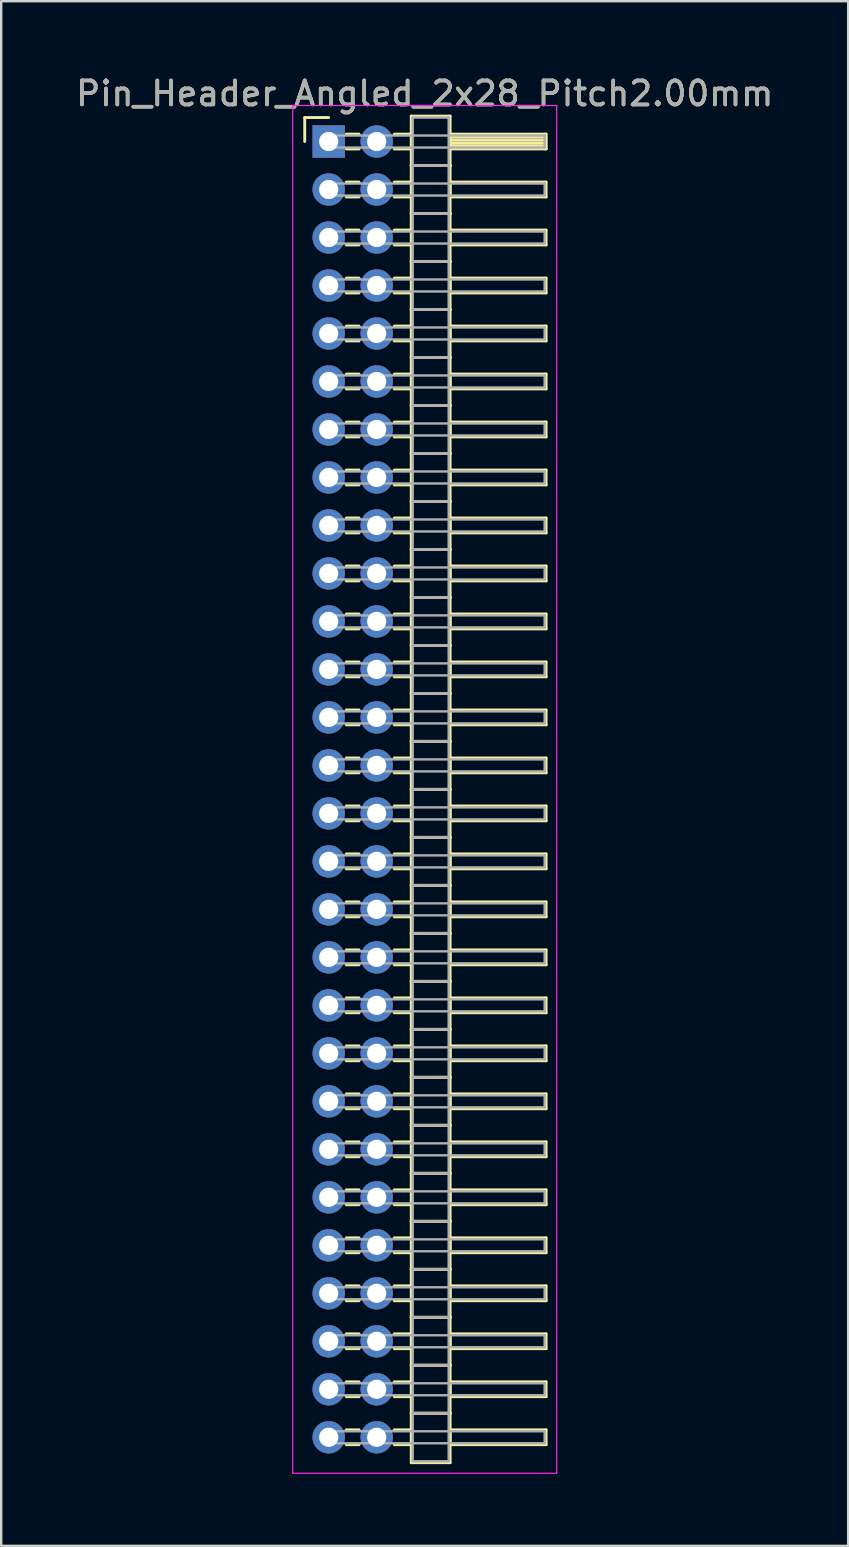
<source format=kicad_pcb>
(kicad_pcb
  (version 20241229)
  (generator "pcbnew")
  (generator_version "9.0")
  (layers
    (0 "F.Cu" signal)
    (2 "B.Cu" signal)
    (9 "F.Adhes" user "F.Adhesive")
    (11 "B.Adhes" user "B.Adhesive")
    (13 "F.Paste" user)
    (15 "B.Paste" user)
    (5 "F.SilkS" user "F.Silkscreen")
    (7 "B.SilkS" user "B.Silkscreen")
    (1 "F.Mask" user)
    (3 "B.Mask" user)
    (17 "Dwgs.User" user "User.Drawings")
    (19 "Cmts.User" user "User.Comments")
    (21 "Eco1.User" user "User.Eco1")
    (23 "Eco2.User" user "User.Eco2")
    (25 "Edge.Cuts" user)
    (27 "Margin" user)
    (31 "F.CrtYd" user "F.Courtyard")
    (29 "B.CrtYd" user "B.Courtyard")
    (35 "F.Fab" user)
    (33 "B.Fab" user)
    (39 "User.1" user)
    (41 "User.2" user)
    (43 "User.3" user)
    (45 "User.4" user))
  (footprint "Pin_Header_Angled_2x28_Pitch2.00mm"
    (layer "F.Cu")
    (at 10.649 2.848)
    (property "Reference" "Pin_Header_Angled_2x28_Pitch2.00mm" (at 4 -2 0) (layer "F.SilkS") (effects (font (size 1 1) (thickness 0.15))))
    (attr through_hole)
    (fp_line (start -1 -1) (end 0 -1) (stroke (width 0.12) (type solid)) (layer "F.SilkS"))
    (fp_line (start -1 0) (end -1 -1) (stroke (width 0.12) (type solid)) (layer "F.SilkS"))
    (fp_line (start 0.735 -0.31) (end 1.265 -0.31) (stroke (width 0.12) (type solid)) (layer "F.SilkS"))
    (fp_line (start 0.735 0.31) (end 1.265 0.31) (stroke (width 0.12) (type solid)) (layer "F.SilkS"))
    (fp_line (start 0.735 1.69) (end 1.265 1.69) (stroke (width 0.12) (type solid)) (layer "F.SilkS"))
    (fp_line (start 0.735 2.31) (end 1.265 2.31) (stroke (width 0.12) (type solid)) (layer "F.SilkS"))
    (fp_line (start 0.735 3.69) (end 1.265 3.69) (stroke (width 0.12) (type solid)) (layer "F.SilkS"))
    (fp_line (start 0.735 4.31) (end 1.265 4.31) (stroke (width 0.12) (type solid)) (layer "F.SilkS"))
    (fp_line (start 0.735 5.69) (end 1.265 5.69) (stroke (width 0.12) (type solid)) (layer "F.SilkS"))
    (fp_line (start 0.735 6.31) (end 1.265 6.31) (stroke (width 0.12) (type solid)) (layer "F.SilkS"))
    (fp_line (start 0.735 7.69) (end 1.265 7.69) (stroke (width 0.12) (type solid)) (layer "F.SilkS"))
    (fp_line (start 0.735 8.31) (end 1.265 8.31) (stroke (width 0.12) (type solid)) (layer "F.SilkS"))
    (fp_line (start 0.735 9.69) (end 1.265 9.69) (stroke (width 0.12) (type solid)) (layer "F.SilkS"))
    (fp_line (start 0.735 10.31) (end 1.265 10.31) (stroke (width 0.12) (type solid)) (layer "F.SilkS"))
    (fp_line (start 0.735 11.69) (end 1.265 11.69) (stroke (width 0.12) (type solid)) (layer "F.SilkS"))
    (fp_line (start 0.735 12.31) (end 1.265 12.31) (stroke (width 0.12) (type solid)) (layer "F.SilkS"))
    (fp_line (start 0.735 13.69) (end 1.265 13.69) (stroke (width 0.12) (type solid)) (layer "F.SilkS"))
    (fp_line (start 0.735 14.31) (end 1.265 14.31) (stroke (width 0.12) (type solid)) (layer "F.SilkS"))
    (fp_line (start 0.735 15.69) (end 1.265 15.69) (stroke (width 0.12) (type solid)) (layer "F.SilkS"))
    (fp_line (start 0.735 16.31) (end 1.265 16.31) (stroke (width 0.12) (type solid)) (layer "F.SilkS"))
    (fp_line (start 0.735 17.69) (end 1.265 17.69) (stroke (width 0.12) (type solid)) (layer "F.SilkS"))
    (fp_line (start 0.735 18.31) (end 1.265 18.31) (stroke (width 0.12) (type solid)) (layer "F.SilkS"))
    (fp_line (start 0.735 19.69) (end 1.265 19.69) (stroke (width 0.12) (type solid)) (layer "F.SilkS"))
    (fp_line (start 0.735 20.31) (end 1.265 20.31) (stroke (width 0.12) (type solid)) (layer "F.SilkS"))
    (fp_line (start 0.735 21.69) (end 1.265 21.69) (stroke (width 0.12) (type solid)) (layer "F.SilkS"))
    (fp_line (start 0.735 22.31) (end 1.265 22.31) (stroke (width 0.12) (type solid)) (layer "F.SilkS"))
    (fp_line (start 0.735 23.69) (end 1.265 23.69) (stroke (width 0.12) (type solid)) (layer "F.SilkS"))
    (fp_line (start 0.735 24.31) (end 1.265 24.31) (stroke (width 0.12) (type solid)) (layer "F.SilkS"))
    (fp_line (start 0.735 25.69) (end 1.265 25.69) (stroke (width 0.12) (type solid)) (layer "F.SilkS"))
    (fp_line (start 0.735 26.31) (end 1.265 26.31) (stroke (width 0.12) (type solid)) (layer "F.SilkS"))
    (fp_line (start 0.735 27.69) (end 1.265 27.69) (stroke (width 0.12) (type solid)) (layer "F.SilkS"))
    (fp_line (start 0.735 28.31) (end 1.265 28.31) (stroke (width 0.12) (type solid)) (layer "F.SilkS"))
    (fp_line (start 0.735 29.69) (end 1.265 29.69) (stroke (width 0.12) (type solid)) (layer "F.SilkS"))
    (fp_line (start 0.735 30.31) (end 1.265 30.31) (stroke (width 0.12) (type solid)) (layer "F.SilkS"))
    (fp_line (start 0.735 31.69) (end 1.265 31.69) (stroke (width 0.12) (type solid)) (layer "F.SilkS"))
    (fp_line (start 0.735 32.31) (end 1.265 32.31) (stroke (width 0.12) (type solid)) (layer "F.SilkS"))
    (fp_line (start 0.735 33.69) (end 1.265 33.69) (stroke (width 0.12) (type solid)) (layer "F.SilkS"))
    (fp_line (start 0.735 34.31) (end 1.265 34.31) (stroke (width 0.12) (type solid)) (layer "F.SilkS"))
    (fp_line (start 0.735 35.69) (end 1.265 35.69) (stroke (width 0.12) (type solid)) (layer "F.SilkS"))
    (fp_line (start 0.735 36.31) (end 1.265 36.31) (stroke (width 0.12) (type solid)) (layer "F.SilkS"))
    (fp_line (start 0.735 37.69) (end 1.265 37.69) (stroke (width 0.12) (type solid)) (layer "F.SilkS"))
    (fp_line (start 0.735 38.31) (end 1.265 38.31) (stroke (width 0.12) (type solid)) (layer "F.SilkS"))
    (fp_line (start 0.735 39.69) (end 1.265 39.69) (stroke (width 0.12) (type solid)) (layer "F.SilkS"))
    (fp_line (start 0.735 40.31) (end 1.265 40.31) (stroke (width 0.12) (type solid)) (layer "F.SilkS"))
    (fp_line (start 0.735 41.69) (end 1.265 41.69) (stroke (width 0.12) (type solid)) (layer "F.SilkS"))
    (fp_line (start 0.735 42.31) (end 1.265 42.31) (stroke (width 0.12) (type solid)) (layer "F.SilkS"))
    (fp_line (start 0.735 43.69) (end 1.265 43.69) (stroke (width 0.12) (type solid)) (layer "F.SilkS"))
    (fp_line (start 0.735 44.31) (end 1.265 44.31) (stroke (width 0.12) (type solid)) (layer "F.SilkS"))
    (fp_line (start 0.735 45.69) (end 1.265 45.69) (stroke (width 0.12) (type solid)) (layer "F.SilkS"))
    (fp_line (start 0.735 46.31) (end 1.265 46.31) (stroke (width 0.12) (type solid)) (layer "F.SilkS"))
    (fp_line (start 0.735 47.69) (end 1.265 47.69) (stroke (width 0.12) (type solid)) (layer "F.SilkS"))
    (fp_line (start 0.735 48.31) (end 1.265 48.31) (stroke (width 0.12) (type solid)) (layer "F.SilkS"))
    (fp_line (start 0.735 49.69) (end 1.265 49.69) (stroke (width 0.12) (type solid)) (layer "F.SilkS"))
    (fp_line (start 0.735 50.31) (end 1.265 50.31) (stroke (width 0.12) (type solid)) (layer "F.SilkS"))
    (fp_line (start 0.735 51.69) (end 1.265 51.69) (stroke (width 0.12) (type solid)) (layer "F.SilkS"))
    (fp_line (start 0.735 52.31) (end 1.265 52.31) (stroke (width 0.12) (type solid)) (layer "F.SilkS"))
    (fp_line (start 0.735 53.69) (end 1.265 53.69) (stroke (width 0.12) (type solid)) (layer "F.SilkS"))
    (fp_line (start 0.735 54.31) (end 1.265 54.31) (stroke (width 0.12) (type solid)) (layer "F.SilkS"))
    (fp_line (start 2.735 -0.31) (end 3.44 -0.31) (stroke (width 0.12) (type solid)) (layer "F.SilkS"))
    (fp_line (start 2.735 0.31) (end 3.44 0.31) (stroke (width 0.12) (type solid)) (layer "F.SilkS"))
    (fp_line (start 2.735 1.69) (end 3.44 1.69) (stroke (width 0.12) (type solid)) (layer "F.SilkS"))
    (fp_line (start 2.735 2.31) (end 3.44 2.31) (stroke (width 0.12) (type solid)) (layer "F.SilkS"))
    (fp_line (start 2.735 3.69) (end 3.44 3.69) (stroke (width 0.12) (type solid)) (layer "F.SilkS"))
    (fp_line (start 2.735 4.31) (end 3.44 4.31) (stroke (width 0.12) (type solid)) (layer "F.SilkS"))
    (fp_line (start 2.735 5.69) (end 3.44 5.69) (stroke (width 0.12) (type solid)) (layer "F.SilkS"))
    (fp_line (start 2.735 6.31) (end 3.44 6.31) (stroke (width 0.12) (type solid)) (layer "F.SilkS"))
    (fp_line (start 2.735 7.69) (end 3.44 7.69) (stroke (width 0.12) (type solid)) (layer "F.SilkS"))
    (fp_line (start 2.735 8.31) (end 3.44 8.31) (stroke (width 0.12) (type solid)) (layer "F.SilkS"))
    (fp_line (start 2.735 9.69) (end 3.44 9.69) (stroke (width 0.12) (type solid)) (layer "F.SilkS"))
    (fp_line (start 2.735 10.31) (end 3.44 10.31) (stroke (width 0.12) (type solid)) (layer "F.SilkS"))
    (fp_line (start 2.735 11.69) (end 3.44 11.69) (stroke (width 0.12) (type solid)) (layer "F.SilkS"))
    (fp_line (start 2.735 12.31) (end 3.44 12.31) (stroke (width 0.12) (type solid)) (layer "F.SilkS"))
    (fp_line (start 2.735 13.69) (end 3.44 13.69) (stroke (width 0.12) (type solid)) (layer "F.SilkS"))
    (fp_line (start 2.735 14.31) (end 3.44 14.31) (stroke (width 0.12) (type solid)) (layer "F.SilkS"))
    (fp_line (start 2.735 15.69) (end 3.44 15.69) (stroke (width 0.12) (type solid)) (layer "F.SilkS"))
    (fp_line (start 2.735 16.31) (end 3.44 16.31) (stroke (width 0.12) (type solid)) (layer "F.SilkS"))
    (fp_line (start 2.735 17.69) (end 3.44 17.69) (stroke (width 0.12) (type solid)) (layer "F.SilkS"))
    (fp_line (start 2.735 18.31) (end 3.44 18.31) (stroke (width 0.12) (type solid)) (layer "F.SilkS"))
    (fp_line (start 2.735 19.69) (end 3.44 19.69) (stroke (width 0.12) (type solid)) (layer "F.SilkS"))
    (fp_line (start 2.735 20.31) (end 3.44 20.31) (stroke (width 0.12) (type solid)) (layer "F.SilkS"))
    (fp_line (start 2.735 21.69) (end 3.44 21.69) (stroke (width 0.12) (type solid)) (layer "F.SilkS"))
    (fp_line (start 2.735 22.31) (end 3.44 22.31) (stroke (width 0.12) (type solid)) (layer "F.SilkS"))
    (fp_line (start 2.735 23.69) (end 3.44 23.69) (stroke (width 0.12) (type solid)) (layer "F.SilkS"))
    (fp_line (start 2.735 24.31) (end 3.44 24.31) (stroke (width 0.12) (type solid)) (layer "F.SilkS"))
    (fp_line (start 2.735 25.69) (end 3.44 25.69) (stroke (width 0.12) (type solid)) (layer "F.SilkS"))
    (fp_line (start 2.735 26.31) (end 3.44 26.31) (stroke (width 0.12) (type solid)) (layer "F.SilkS"))
    (fp_line (start 2.735 27.69) (end 3.44 27.69) (stroke (width 0.12) (type solid)) (layer "F.SilkS"))
    (fp_line (start 2.735 28.31) (end 3.44 28.31) (stroke (width 0.12) (type solid)) (layer "F.SilkS"))
    (fp_line (start 2.735 29.69) (end 3.44 29.69) (stroke (width 0.12) (type solid)) (layer "F.SilkS"))
    (fp_line (start 2.735 30.31) (end 3.44 30.31) (stroke (width 0.12) (type solid)) (layer "F.SilkS"))
    (fp_line (start 2.735 31.69) (end 3.44 31.69) (stroke (width 0.12) (type solid)) (layer "F.SilkS"))
    (fp_line (start 2.735 32.31) (end 3.44 32.31) (stroke (width 0.12) (type solid)) (layer "F.SilkS"))
    (fp_line (start 2.735 33.69) (end 3.44 33.69) (stroke (width 0.12) (type solid)) (layer "F.SilkS"))
    (fp_line (start 2.735 34.31) (end 3.44 34.31) (stroke (width 0.12) (type solid)) (layer "F.SilkS"))
    (fp_line (start 2.735 35.69) (end 3.44 35.69) (stroke (width 0.12) (type solid)) (layer "F.SilkS"))
    (fp_line (start 2.735 36.31) (end 3.44 36.31) (stroke (width 0.12) (type solid)) (layer "F.SilkS"))
    (fp_line (start 2.735 37.69) (end 3.44 37.69) (stroke (width 0.12) (type solid)) (layer "F.SilkS"))
    (fp_line (start 2.735 38.31) (end 3.44 38.31) (stroke (width 0.12) (type solid)) (layer "F.SilkS"))
    (fp_line (start 2.735 39.69) (end 3.44 39.69) (stroke (width 0.12) (type solid)) (layer "F.SilkS"))
    (fp_line (start 2.735 40.31) (end 3.44 40.31) (stroke (width 0.12) (type solid)) (layer "F.SilkS"))
    (fp_line (start 2.735 41.69) (end 3.44 41.69) (stroke (width 0.12) (type solid)) (layer "F.SilkS"))
    (fp_line (start 2.735 42.31) (end 3.44 42.31) (stroke (width 0.12) (type solid)) (layer "F.SilkS"))
    (fp_line (start 2.735 43.69) (end 3.44 43.69) (stroke (width 0.12) (type solid)) (layer "F.SilkS"))
    (fp_line (start 2.735 44.31) (end 3.44 44.31) (stroke (width 0.12) (type solid)) (layer "F.SilkS"))
    (fp_line (start 2.735 45.69) (end 3.44 45.69) (stroke (width 0.12) (type solid)) (layer "F.SilkS"))
    (fp_line (start 2.735 46.31) (end 3.44 46.31) (stroke (width 0.12) (type solid)) (layer "F.SilkS"))
    (fp_line (start 2.735 47.69) (end 3.44 47.69) (stroke (width 0.12) (type solid)) (layer "F.SilkS"))
    (fp_line (start 2.735 48.31) (end 3.44 48.31) (stroke (width 0.12) (type solid)) (layer "F.SilkS"))
    (fp_line (start 2.735 49.69) (end 3.44 49.69) (stroke (width 0.12) (type solid)) (layer "F.SilkS"))
    (fp_line (start 2.735 50.31) (end 3.44 50.31) (stroke (width 0.12) (type solid)) (layer "F.SilkS"))
    (fp_line (start 2.735 51.69) (end 3.44 51.69) (stroke (width 0.12) (type solid)) (layer "F.SilkS"))
    (fp_line (start 2.735 52.31) (end 3.44 52.31) (stroke (width 0.12) (type solid)) (layer "F.SilkS"))
    (fp_line (start 2.735 53.69) (end 3.44 53.69) (stroke (width 0.12) (type solid)) (layer "F.SilkS"))
    (fp_line (start 2.735 54.31) (end 3.44 54.31) (stroke (width 0.12) (type solid)) (layer "F.SilkS"))
    (fp_line (start 3.44 -1.06) (end 3.44 1) (stroke (width 0.12) (type solid)) (layer "F.SilkS"))
    (fp_line (start 3.44 1) (end 3.44 3) (stroke (width 0.12) (type solid)) (layer "F.SilkS"))
    (fp_line (start 3.44 1) (end 5.06 1) (stroke (width 0.12) (type solid)) (layer "F.SilkS"))
    (fp_line (start 3.44 3) (end 3.44 5) (stroke (width 0.12) (type solid)) (layer "F.SilkS"))
    (fp_line (start 3.44 3) (end 5.06 3) (stroke (width 0.12) (type solid)) (layer "F.SilkS"))
    (fp_line (start 3.44 5) (end 3.44 7) (stroke (width 0.12) (type solid)) (layer "F.SilkS"))
    (fp_line (start 3.44 5) (end 5.06 5) (stroke (width 0.12) (type solid)) (layer "F.SilkS"))
    (fp_line (start 3.44 7) (end 3.44 9) (stroke (width 0.12) (type solid)) (layer "F.SilkS"))
    (fp_line (start 3.44 7) (end 5.06 7) (stroke (width 0.12) (type solid)) (layer "F.SilkS"))
    (fp_line (start 3.44 9) (end 3.44 11) (stroke (width 0.12) (type solid)) (layer "F.SilkS"))
    (fp_line (start 3.44 9) (end 5.06 9) (stroke (width 0.12) (type solid)) (layer "F.SilkS"))
    (fp_line (start 3.44 11) (end 3.44 13) (stroke (width 0.12) (type solid)) (layer "F.SilkS"))
    (fp_line (start 3.44 11) (end 5.06 11) (stroke (width 0.12) (type solid)) (layer "F.SilkS"))
    (fp_line (start 3.44 13) (end 3.44 15) (stroke (width 0.12) (type solid)) (layer "F.SilkS"))
    (fp_line (start 3.44 13) (end 5.06 13) (stroke (width 0.12) (type solid)) (layer "F.SilkS"))
    (fp_line (start 3.44 15) (end 3.44 17) (stroke (width 0.12) (type solid)) (layer "F.SilkS"))
    (fp_line (start 3.44 15) (end 5.06 15) (stroke (width 0.12) (type solid)) (layer "F.SilkS"))
    (fp_line (start 3.44 17) (end 3.44 19) (stroke (width 0.12) (type solid)) (layer "F.SilkS"))
    (fp_line (start 3.44 17) (end 5.06 17) (stroke (width 0.12) (type solid)) (layer "F.SilkS"))
    (fp_line (start 3.44 19) (end 3.44 21) (stroke (width 0.12) (type solid)) (layer "F.SilkS"))
    (fp_line (start 3.44 19) (end 5.06 19) (stroke (width 0.12) (type solid)) (layer "F.SilkS"))
    (fp_line (start 3.44 21) (end 3.44 23) (stroke (width 0.12) (type solid)) (layer "F.SilkS"))
    (fp_line (start 3.44 21) (end 5.06 21) (stroke (width 0.12) (type solid)) (layer "F.SilkS"))
    (fp_line (start 3.44 23) (end 3.44 25) (stroke (width 0.12) (type solid)) (layer "F.SilkS"))
    (fp_line (start 3.44 23) (end 5.06 23) (stroke (width 0.12) (type solid)) (layer "F.SilkS"))
    (fp_line (start 3.44 25) (end 3.44 27) (stroke (width 0.12) (type solid)) (layer "F.SilkS"))
    (fp_line (start 3.44 25) (end 5.06 25) (stroke (width 0.12) (type solid)) (layer "F.SilkS"))
    (fp_line (start 3.44 27) (end 3.44 29) (stroke (width 0.12) (type solid)) (layer "F.SilkS"))
    (fp_line (start 3.44 27) (end 5.06 27) (stroke (width 0.12) (type solid)) (layer "F.SilkS"))
    (fp_line (start 3.44 29) (end 3.44 31) (stroke (width 0.12) (type solid)) (layer "F.SilkS"))
    (fp_line (start 3.44 29) (end 5.06 29) (stroke (width 0.12) (type solid)) (layer "F.SilkS"))
    (fp_line (start 3.44 31) (end 3.44 33) (stroke (width 0.12) (type solid)) (layer "F.SilkS"))
    (fp_line (start 3.44 31) (end 5.06 31) (stroke (width 0.12) (type solid)) (layer "F.SilkS"))
    (fp_line (start 3.44 33) (end 3.44 35) (stroke (width 0.12) (type solid)) (layer "F.SilkS"))
    (fp_line (start 3.44 33) (end 5.06 33) (stroke (width 0.12) (type solid)) (layer "F.SilkS"))
    (fp_line (start 3.44 35) (end 3.44 37) (stroke (width 0.12) (type solid)) (layer "F.SilkS"))
    (fp_line (start 3.44 35) (end 5.06 35) (stroke (width 0.12) (type solid)) (layer "F.SilkS"))
    (fp_line (start 3.44 37) (end 3.44 39) (stroke (width 0.12) (type solid)) (layer "F.SilkS"))
    (fp_line (start 3.44 37) (end 5.06 37) (stroke (width 0.12) (type solid)) (layer "F.SilkS"))
    (fp_line (start 3.44 39) (end 3.44 41) (stroke (width 0.12) (type solid)) (layer "F.SilkS"))
    (fp_line (start 3.44 39) (end 5.06 39) (stroke (width 0.12) (type solid)) (layer "F.SilkS"))
    (fp_line (start 3.44 41) (end 3.44 43) (stroke (width 0.12) (type solid)) (layer "F.SilkS"))
    (fp_line (start 3.44 41) (end 5.06 41) (stroke (width 0.12) (type solid)) (layer "F.SilkS"))
    (fp_line (start 3.44 43) (end 3.44 45) (stroke (width 0.12) (type solid)) (layer "F.SilkS"))
    (fp_line (start 3.44 43) (end 5.06 43) (stroke (width 0.12) (type solid)) (layer "F.SilkS"))
    (fp_line (start 3.44 45) (end 3.44 47) (stroke (width 0.12) (type solid)) (layer "F.SilkS"))
    (fp_line (start 3.44 45) (end 5.06 45) (stroke (width 0.12) (type solid)) (layer "F.SilkS"))
    (fp_line (start 3.44 47) (end 3.44 49) (stroke (width 0.12) (type solid)) (layer "F.SilkS"))
    (fp_line (start 3.44 47) (end 5.06 47) (stroke (width 0.12) (type solid)) (layer "F.SilkS"))
    (fp_line (start 3.44 49) (end 3.44 51) (stroke (width 0.12) (type solid)) (layer "F.SilkS"))
    (fp_line (start 3.44 49) (end 5.06 49) (stroke (width 0.12) (type solid)) (layer "F.SilkS"))
    (fp_line (start 3.44 51) (end 3.44 53) (stroke (width 0.12) (type solid)) (layer "F.SilkS"))
    (fp_line (start 3.44 51) (end 5.06 51) (stroke (width 0.12) (type solid)) (layer "F.SilkS"))
    (fp_line (start 3.44 53) (end 3.44 55.06) (stroke (width 0.12) (type solid)) (layer "F.SilkS"))
    (fp_line (start 3.44 53) (end 5.06 53) (stroke (width 0.12) (type solid)) (layer "F.SilkS"))
    (fp_line (start 3.44 55.06) (end 5.06 55.06) (stroke (width 0.12) (type solid)) (layer "F.SilkS"))
    (fp_line (start 5.06 -1.06) (end 3.44 -1.06) (stroke (width 0.12) (type solid)) (layer "F.SilkS"))
    (fp_line (start 5.06 -0.31) (end 5.06 0.31) (stroke (width 0.12) (type solid)) (layer "F.SilkS"))
    (fp_line (start 5.06 -0.19) (end 9.06 -0.19) (stroke (width 0.12) (type solid)) (layer "F.SilkS"))
    (fp_line (start 5.06 -0.07) (end 9.06 -0.07) (stroke (width 0.12) (type solid)) (layer "F.SilkS"))
    (fp_line (start 5.06 0.05) (end 9.06 0.05) (stroke (width 0.12) (type solid)) (layer "F.SilkS"))
    (fp_line (start 5.06 0.17) (end 9.06 0.17) (stroke (width 0.12) (type solid)) (layer "F.SilkS"))
    (fp_line (start 5.06 0.29) (end 9.06 0.29) (stroke (width 0.12) (type solid)) (layer "F.SilkS"))
    (fp_line (start 5.06 0.31) (end 9.06 0.31) (stroke (width 0.12) (type solid)) (layer "F.SilkS"))
    (fp_line (start 5.06 1) (end 3.44 1) (stroke (width 0.12) (type solid)) (layer "F.SilkS"))
    (fp_line (start 5.06 1) (end 5.06 -1.06) (stroke (width 0.12) (type solid)) (layer "F.SilkS"))
    (fp_line (start 5.06 1.69) (end 5.06 2.31) (stroke (width 0.12) (type solid)) (layer "F.SilkS"))
    (fp_line (start 5.06 2.31) (end 9.06 2.31) (stroke (width 0.12) (type solid)) (layer "F.SilkS"))
    (fp_line (start 5.06 3) (end 3.44 3) (stroke (width 0.12) (type solid)) (layer "F.SilkS"))
    (fp_line (start 5.06 3) (end 5.06 1) (stroke (width 0.12) (type solid)) (layer "F.SilkS"))
    (fp_line (start 5.06 3.69) (end 5.06 4.31) (stroke (width 0.12) (type solid)) (layer "F.SilkS"))
    (fp_line (start 5.06 4.31) (end 9.06 4.31) (stroke (width 0.12) (type solid)) (layer "F.SilkS"))
    (fp_line (start 5.06 5) (end 3.44 5) (stroke (width 0.12) (type solid)) (layer "F.SilkS"))
    (fp_line (start 5.06 5) (end 5.06 3) (stroke (width 0.12) (type solid)) (layer "F.SilkS"))
    (fp_line (start 5.06 5.69) (end 5.06 6.31) (stroke (width 0.12) (type solid)) (layer "F.SilkS"))
    (fp_line (start 5.06 6.31) (end 9.06 6.31) (stroke (width 0.12) (type solid)) (layer "F.SilkS"))
    (fp_line (start 5.06 7) (end 3.44 7) (stroke (width 0.12) (type solid)) (layer "F.SilkS"))
    (fp_line (start 5.06 7) (end 5.06 5) (stroke (width 0.12) (type solid)) (layer "F.SilkS"))
    (fp_line (start 5.06 7.69) (end 5.06 8.31) (stroke (width 0.12) (type solid)) (layer "F.SilkS"))
    (fp_line (start 5.06 8.31) (end 9.06 8.31) (stroke (width 0.12) (type solid)) (layer "F.SilkS"))
    (fp_line (start 5.06 9) (end 3.44 9) (stroke (width 0.12) (type solid)) (layer "F.SilkS"))
    (fp_line (start 5.06 9) (end 5.06 7) (stroke (width 0.12) (type solid)) (layer "F.SilkS"))
    (fp_line (start 5.06 9.69) (end 5.06 10.31) (stroke (width 0.12) (type solid)) (layer "F.SilkS"))
    (fp_line (start 5.06 10.31) (end 9.06 10.31) (stroke (width 0.12) (type solid)) (layer "F.SilkS"))
    (fp_line (start 5.06 11) (end 3.44 11) (stroke (width 0.12) (type solid)) (layer "F.SilkS"))
    (fp_line (start 5.06 11) (end 5.06 9) (stroke (width 0.12) (type solid)) (layer "F.SilkS"))
    (fp_line (start 5.06 11.69) (end 5.06 12.31) (stroke (width 0.12) (type solid)) (layer "F.SilkS"))
    (fp_line (start 5.06 12.31) (end 9.06 12.31) (stroke (width 0.12) (type solid)) (layer "F.SilkS"))
    (fp_line (start 5.06 13) (end 3.44 13) (stroke (width 0.12) (type solid)) (layer "F.SilkS"))
    (fp_line (start 5.06 13) (end 5.06 11) (stroke (width 0.12) (type solid)) (layer "F.SilkS"))
    (fp_line (start 5.06 13.69) (end 5.06 14.31) (stroke (width 0.12) (type solid)) (layer "F.SilkS"))
    (fp_line (start 5.06 14.31) (end 9.06 14.31) (stroke (width 0.12) (type solid)) (layer "F.SilkS"))
    (fp_line (start 5.06 15) (end 3.44 15) (stroke (width 0.12) (type solid)) (layer "F.SilkS"))
    (fp_line (start 5.06 15) (end 5.06 13) (stroke (width 0.12) (type solid)) (layer "F.SilkS"))
    (fp_line (start 5.06 15.69) (end 5.06 16.31) (stroke (width 0.12) (type solid)) (layer "F.SilkS"))
    (fp_line (start 5.06 16.31) (end 9.06 16.31) (stroke (width 0.12) (type solid)) (layer "F.SilkS"))
    (fp_line (start 5.06 17) (end 3.44 17) (stroke (width 0.12) (type solid)) (layer "F.SilkS"))
    (fp_line (start 5.06 17) (end 5.06 15) (stroke (width 0.12) (type solid)) (layer "F.SilkS"))
    (fp_line (start 5.06 17.69) (end 5.06 18.31) (stroke (width 0.12) (type solid)) (layer "F.SilkS"))
    (fp_line (start 5.06 18.31) (end 9.06 18.31) (stroke (width 0.12) (type solid)) (layer "F.SilkS"))
    (fp_line (start 5.06 19) (end 3.44 19) (stroke (width 0.12) (type solid)) (layer "F.SilkS"))
    (fp_line (start 5.06 19) (end 5.06 17) (stroke (width 0.12) (type solid)) (layer "F.SilkS"))
    (fp_line (start 5.06 19.69) (end 5.06 20.31) (stroke (width 0.12) (type solid)) (layer "F.SilkS"))
    (fp_line (start 5.06 20.31) (end 9.06 20.31) (stroke (width 0.12) (type solid)) (layer "F.SilkS"))
    (fp_line (start 5.06 21) (end 3.44 21) (stroke (width 0.12) (type solid)) (layer "F.SilkS"))
    (fp_line (start 5.06 21) (end 5.06 19) (stroke (width 0.12) (type solid)) (layer "F.SilkS"))
    (fp_line (start 5.06 21.69) (end 5.06 22.31) (stroke (width 0.12) (type solid)) (layer "F.SilkS"))
    (fp_line (start 5.06 22.31) (end 9.06 22.31) (stroke (width 0.12) (type solid)) (layer "F.SilkS"))
    (fp_line (start 5.06 23) (end 3.44 23) (stroke (width 0.12) (type solid)) (layer "F.SilkS"))
    (fp_line (start 5.06 23) (end 5.06 21) (stroke (width 0.12) (type solid)) (layer "F.SilkS"))
    (fp_line (start 5.06 23.69) (end 5.06 24.31) (stroke (width 0.12) (type solid)) (layer "F.SilkS"))
    (fp_line (start 5.06 24.31) (end 9.06 24.31) (stroke (width 0.12) (type solid)) (layer "F.SilkS"))
    (fp_line (start 5.06 25) (end 3.44 25) (stroke (width 0.12) (type solid)) (layer "F.SilkS"))
    (fp_line (start 5.06 25) (end 5.06 23) (stroke (width 0.12) (type solid)) (layer "F.SilkS"))
    (fp_line (start 5.06 25.69) (end 5.06 26.31) (stroke (width 0.12) (type solid)) (layer "F.SilkS"))
    (fp_line (start 5.06 26.31) (end 9.06 26.31) (stroke (width 0.12) (type solid)) (layer "F.SilkS"))
    (fp_line (start 5.06 27) (end 3.44 27) (stroke (width 0.12) (type solid)) (layer "F.SilkS"))
    (fp_line (start 5.06 27) (end 5.06 25) (stroke (width 0.12) (type solid)) (layer "F.SilkS"))
    (fp_line (start 5.06 27.69) (end 5.06 28.31) (stroke (width 0.12) (type solid)) (layer "F.SilkS"))
    (fp_line (start 5.06 28.31) (end 9.06 28.31) (stroke (width 0.12) (type solid)) (layer "F.SilkS"))
    (fp_line (start 5.06 29) (end 3.44 29) (stroke (width 0.12) (type solid)) (layer "F.SilkS"))
    (fp_line (start 5.06 29) (end 5.06 27) (stroke (width 0.12) (type solid)) (layer "F.SilkS"))
    (fp_line (start 5.06 29.69) (end 5.06 30.31) (stroke (width 0.12) (type solid)) (layer "F.SilkS"))
    (fp_line (start 5.06 30.31) (end 9.06 30.31) (stroke (width 0.12) (type solid)) (layer "F.SilkS"))
    (fp_line (start 5.06 31) (end 3.44 31) (stroke (width 0.12) (type solid)) (layer "F.SilkS"))
    (fp_line (start 5.06 31) (end 5.06 29) (stroke (width 0.12) (type solid)) (layer "F.SilkS"))
    (fp_line (start 5.06 31.69) (end 5.06 32.31) (stroke (width 0.12) (type solid)) (layer "F.SilkS"))
    (fp_line (start 5.06 32.31) (end 9.06 32.31) (stroke (width 0.12) (type solid)) (layer "F.SilkS"))
    (fp_line (start 5.06 33) (end 3.44 33) (stroke (width 0.12) (type solid)) (layer "F.SilkS"))
    (fp_line (start 5.06 33) (end 5.06 31) (stroke (width 0.12) (type solid)) (layer "F.SilkS"))
    (fp_line (start 5.06 33.69) (end 5.06 34.31) (stroke (width 0.12) (type solid)) (layer "F.SilkS"))
    (fp_line (start 5.06 34.31) (end 9.06 34.31) (stroke (width 0.12) (type solid)) (layer "F.SilkS"))
    (fp_line (start 5.06 35) (end 3.44 35) (stroke (width 0.12) (type solid)) (layer "F.SilkS"))
    (fp_line (start 5.06 35) (end 5.06 33) (stroke (width 0.12) (type solid)) (layer "F.SilkS"))
    (fp_line (start 5.06 35.69) (end 5.06 36.31) (stroke (width 0.12) (type solid)) (layer "F.SilkS"))
    (fp_line (start 5.06 36.31) (end 9.06 36.31) (stroke (width 0.12) (type solid)) (layer "F.SilkS"))
    (fp_line (start 5.06 37) (end 3.44 37) (stroke (width 0.12) (type solid)) (layer "F.SilkS"))
    (fp_line (start 5.06 37) (end 5.06 35) (stroke (width 0.12) (type solid)) (layer "F.SilkS"))
    (fp_line (start 5.06 37.69) (end 5.06 38.31) (stroke (width 0.12) (type solid)) (layer "F.SilkS"))
    (fp_line (start 5.06 38.31) (end 9.06 38.31) (stroke (width 0.12) (type solid)) (layer "F.SilkS"))
    (fp_line (start 5.06 39) (end 3.44 39) (stroke (width 0.12) (type solid)) (layer "F.SilkS"))
    (fp_line (start 5.06 39) (end 5.06 37) (stroke (width 0.12) (type solid)) (layer "F.SilkS"))
    (fp_line (start 5.06 39.69) (end 5.06 40.31) (stroke (width 0.12) (type solid)) (layer "F.SilkS"))
    (fp_line (start 5.06 40.31) (end 9.06 40.31) (stroke (width 0.12) (type solid)) (layer "F.SilkS"))
    (fp_line (start 5.06 41) (end 3.44 41) (stroke (width 0.12) (type solid)) (layer "F.SilkS"))
    (fp_line (start 5.06 41) (end 5.06 39) (stroke (width 0.12) (type solid)) (layer "F.SilkS"))
    (fp_line (start 5.06 41.69) (end 5.06 42.31) (stroke (width 0.12) (type solid)) (layer "F.SilkS"))
    (fp_line (start 5.06 42.31) (end 9.06 42.31) (stroke (width 0.12) (type solid)) (layer "F.SilkS"))
    (fp_line (start 5.06 43) (end 3.44 43) (stroke (width 0.12) (type solid)) (layer "F.SilkS"))
    (fp_line (start 5.06 43) (end 5.06 41) (stroke (width 0.12) (type solid)) (layer "F.SilkS"))
    (fp_line (start 5.06 43.69) (end 5.06 44.31) (stroke (width 0.12) (type solid)) (layer "F.SilkS"))
    (fp_line (start 5.06 44.31) (end 9.06 44.31) (stroke (width 0.12) (type solid)) (layer "F.SilkS"))
    (fp_line (start 5.06 45) (end 3.44 45) (stroke (width 0.12) (type solid)) (layer "F.SilkS"))
    (fp_line (start 5.06 45) (end 5.06 43) (stroke (width 0.12) (type solid)) (layer "F.SilkS"))
    (fp_line (start 5.06 45.69) (end 5.06 46.31) (stroke (width 0.12) (type solid)) (layer "F.SilkS"))
    (fp_line (start 5.06 46.31) (end 9.06 46.31) (stroke (width 0.12) (type solid)) (layer "F.SilkS"))
    (fp_line (start 5.06 47) (end 3.44 47) (stroke (width 0.12) (type solid)) (layer "F.SilkS"))
    (fp_line (start 5.06 47) (end 5.06 45) (stroke (width 0.12) (type solid)) (layer "F.SilkS"))
    (fp_line (start 5.06 47.69) (end 5.06 48.31) (stroke (width 0.12) (type solid)) (layer "F.SilkS"))
    (fp_line (start 5.06 48.31) (end 9.06 48.31) (stroke (width 0.12) (type solid)) (layer "F.SilkS"))
    (fp_line (start 5.06 49) (end 3.44 49) (stroke (width 0.12) (type solid)) (layer "F.SilkS"))
    (fp_line (start 5.06 49) (end 5.06 47) (stroke (width 0.12) (type solid)) (layer "F.SilkS"))
    (fp_line (start 5.06 49.69) (end 5.06 50.31) (stroke (width 0.12) (type solid)) (layer "F.SilkS"))
    (fp_line (start 5.06 50.31) (end 9.06 50.31) (stroke (width 0.12) (type solid)) (layer "F.SilkS"))
    (fp_line (start 5.06 51) (end 3.44 51) (stroke (width 0.12) (type solid)) (layer "F.SilkS"))
    (fp_line (start 5.06 51) (end 5.06 49) (stroke (width 0.12) (type solid)) (layer "F.SilkS"))
    (fp_line (start 5.06 51.69) (end 5.06 52.31) (stroke (width 0.12) (type solid)) (layer "F.SilkS"))
    (fp_line (start 5.06 52.31) (end 9.06 52.31) (stroke (width 0.12) (type solid)) (layer "F.SilkS"))
    (fp_line (start 5.06 53) (end 3.44 53) (stroke (width 0.12) (type solid)) (layer "F.SilkS"))
    (fp_line (start 5.06 53) (end 5.06 51) (stroke (width 0.12) (type solid)) (layer "F.SilkS"))
    (fp_line (start 5.06 53.69) (end 5.06 54.31) (stroke (width 0.12) (type solid)) (layer "F.SilkS"))
    (fp_line (start 5.06 54.31) (end 9.06 54.31) (stroke (width 0.12) (type solid)) (layer "F.SilkS"))
    (fp_line (start 5.06 55.06) (end 5.06 53) (stroke (width 0.12) (type solid)) (layer "F.SilkS"))
    (fp_line (start 9.06 -0.31) (end 5.06 -0.31) (stroke (width 0.12) (type solid)) (layer "F.SilkS"))
    (fp_line (start 9.06 0.31) (end 9.06 -0.31) (stroke (width 0.12) (type solid)) (layer "F.SilkS"))
    (fp_line (start 9.06 1.69) (end 5.06 1.69) (stroke (width 0.12) (type solid)) (layer "F.SilkS"))
    (fp_line (start 9.06 2.31) (end 9.06 1.69) (stroke (width 0.12) (type solid)) (layer "F.SilkS"))
    (fp_line (start 9.06 3.69) (end 5.06 3.69) (stroke (width 0.12) (type solid)) (layer "F.SilkS"))
    (fp_line (start 9.06 4.31) (end 9.06 3.69) (stroke (width 0.12) (type solid)) (layer "F.SilkS"))
    (fp_line (start 9.06 5.69) (end 5.06 5.69) (stroke (width 0.12) (type solid)) (layer "F.SilkS"))
    (fp_line (start 9.06 6.31) (end 9.06 5.69) (stroke (width 0.12) (type solid)) (layer "F.SilkS"))
    (fp_line (start 9.06 7.69) (end 5.06 7.69) (stroke (width 0.12) (type solid)) (layer "F.SilkS"))
    (fp_line (start 9.06 8.31) (end 9.06 7.69) (stroke (width 0.12) (type solid)) (layer "F.SilkS"))
    (fp_line (start 9.06 9.69) (end 5.06 9.69) (stroke (width 0.12) (type solid)) (layer "F.SilkS"))
    (fp_line (start 9.06 10.31) (end 9.06 9.69) (stroke (width 0.12) (type solid)) (layer "F.SilkS"))
    (fp_line (start 9.06 11.69) (end 5.06 11.69) (stroke (width 0.12) (type solid)) (layer "F.SilkS"))
    (fp_line (start 9.06 12.31) (end 9.06 11.69) (stroke (width 0.12) (type solid)) (layer "F.SilkS"))
    (fp_line (start 9.06 13.69) (end 5.06 13.69) (stroke (width 0.12) (type solid)) (layer "F.SilkS"))
    (fp_line (start 9.06 14.31) (end 9.06 13.69) (stroke (width 0.12) (type solid)) (layer "F.SilkS"))
    (fp_line (start 9.06 15.69) (end 5.06 15.69) (stroke (width 0.12) (type solid)) (layer "F.SilkS"))
    (fp_line (start 9.06 16.31) (end 9.06 15.69) (stroke (width 0.12) (type solid)) (layer "F.SilkS"))
    (fp_line (start 9.06 17.69) (end 5.06 17.69) (stroke (width 0.12) (type solid)) (layer "F.SilkS"))
    (fp_line (start 9.06 18.31) (end 9.06 17.69) (stroke (width 0.12) (type solid)) (layer "F.SilkS"))
    (fp_line (start 9.06 19.69) (end 5.06 19.69) (stroke (width 0.12) (type solid)) (layer "F.SilkS"))
    (fp_line (start 9.06 20.31) (end 9.06 19.69) (stroke (width 0.12) (type solid)) (layer "F.SilkS"))
    (fp_line (start 9.06 21.69) (end 5.06 21.69) (stroke (width 0.12) (type solid)) (layer "F.SilkS"))
    (fp_line (start 9.06 22.31) (end 9.06 21.69) (stroke (width 0.12) (type solid)) (layer "F.SilkS"))
    (fp_line (start 9.06 23.69) (end 5.06 23.69) (stroke (width 0.12) (type solid)) (layer "F.SilkS"))
    (fp_line (start 9.06 24.31) (end 9.06 23.69) (stroke (width 0.12) (type solid)) (layer "F.SilkS"))
    (fp_line (start 9.06 25.69) (end 5.06 25.69) (stroke (width 0.12) (type solid)) (layer "F.SilkS"))
    (fp_line (start 9.06 26.31) (end 9.06 25.69) (stroke (width 0.12) (type solid)) (layer "F.SilkS"))
    (fp_line (start 9.06 27.69) (end 5.06 27.69) (stroke (width 0.12) (type solid)) (layer "F.SilkS"))
    (fp_line (start 9.06 28.31) (end 9.06 27.69) (stroke (width 0.12) (type solid)) (layer "F.SilkS"))
    (fp_line (start 9.06 29.69) (end 5.06 29.69) (stroke (width 0.12) (type solid)) (layer "F.SilkS"))
    (fp_line (start 9.06 30.31) (end 9.06 29.69) (stroke (width 0.12) (type solid)) (layer "F.SilkS"))
    (fp_line (start 9.06 31.69) (end 5.06 31.69) (stroke (width 0.12) (type solid)) (layer "F.SilkS"))
    (fp_line (start 9.06 32.31) (end 9.06 31.69) (stroke (width 0.12) (type solid)) (layer "F.SilkS"))
    (fp_line (start 9.06 33.69) (end 5.06 33.69) (stroke (width 0.12) (type solid)) (layer "F.SilkS"))
    (fp_line (start 9.06 34.31) (end 9.06 33.69) (stroke (width 0.12) (type solid)) (layer "F.SilkS"))
    (fp_line (start 9.06 35.69) (end 5.06 35.69) (stroke (width 0.12) (type solid)) (layer "F.SilkS"))
    (fp_line (start 9.06 36.31) (end 9.06 35.69) (stroke (width 0.12) (type solid)) (layer "F.SilkS"))
    (fp_line (start 9.06 37.69) (end 5.06 37.69) (stroke (width 0.12) (type solid)) (layer "F.SilkS"))
    (fp_line (start 9.06 38.31) (end 9.06 37.69) (stroke (width 0.12) (type solid)) (layer "F.SilkS"))
    (fp_line (start 9.06 39.69) (end 5.06 39.69) (stroke (width 0.12) (type solid)) (layer "F.SilkS"))
    (fp_line (start 9.06 40.31) (end 9.06 39.69) (stroke (width 0.12) (type solid)) (layer "F.SilkS"))
    (fp_line (start 9.06 41.69) (end 5.06 41.69) (stroke (width 0.12) (type solid)) (layer "F.SilkS"))
    (fp_line (start 9.06 42.31) (end 9.06 41.69) (stroke (width 0.12) (type solid)) (layer "F.SilkS"))
    (fp_line (start 9.06 43.69) (end 5.06 43.69) (stroke (width 0.12) (type solid)) (layer "F.SilkS"))
    (fp_line (start 9.06 44.31) (end 9.06 43.69) (stroke (width 0.12) (type solid)) (layer "F.SilkS"))
    (fp_line (start 9.06 45.69) (end 5.06 45.69) (stroke (width 0.12) (type solid)) (layer "F.SilkS"))
    (fp_line (start 9.06 46.31) (end 9.06 45.69) (stroke (width 0.12) (type solid)) (layer "F.SilkS"))
    (fp_line (start 9.06 47.69) (end 5.06 47.69) (stroke (width 0.12) (type solid)) (layer "F.SilkS"))
    (fp_line (start 9.06 48.31) (end 9.06 47.69) (stroke (width 0.12) (type solid)) (layer "F.SilkS"))
    (fp_line (start 9.06 49.69) (end 5.06 49.69) (stroke (width 0.12) (type solid)) (layer "F.SilkS"))
    (fp_line (start 9.06 50.31) (end 9.06 49.69) (stroke (width 0.12) (type solid)) (layer "F.SilkS"))
    (fp_line (start 9.06 51.69) (end 5.06 51.69) (stroke (width 0.12) (type solid)) (layer "F.SilkS"))
    (fp_line (start 9.06 52.31) (end 9.06 51.69) (stroke (width 0.12) (type solid)) (layer "F.SilkS"))
    (fp_line (start 9.06 53.69) (end 5.06 53.69) (stroke (width 0.12) (type solid)) (layer "F.SilkS"))
    (fp_line (start 9.06 54.31) (end 9.06 53.69) (stroke (width 0.12) (type solid)) (layer "F.SilkS"))
    (fp_line (start -1.5 -1.5) (end -1.5 55.5) (stroke (width 0.05) (type solid)) (layer "F.CrtYd"))
    (fp_line (start -1.5 55.5) (end 9.5 55.5) (stroke (width 0.05) (type solid)) (layer "F.CrtYd"))
    (fp_line (start 9.5 -1.5) (end -1.5 -1.5) (stroke (width 0.05) (type solid)) (layer "F.CrtYd"))
    (fp_line (start 9.5 55.5) (end 9.5 -1.5) (stroke (width 0.05) (type solid)) (layer "F.CrtYd"))
    (fp_line (start 0 -0.25) (end 0 0.25) (stroke (width 0.1) (type solid)) (layer "F.Fab"))
    (fp_line (start 0 0.25) (end 9 0.25) (stroke (width 0.1) (type solid)) (layer "F.Fab"))
    (fp_line (start 0 1.75) (end 0 2.25) (stroke (width 0.1) (type solid)) (layer "F.Fab"))
    (fp_line (start 0 2.25) (end 9 2.25) (stroke (width 0.1) (type solid)) (layer "F.Fab"))
    (fp_line (start 0 3.75) (end 0 4.25) (stroke (width 0.1) (type solid)) (layer "F.Fab"))
    (fp_line (start 0 4.25) (end 9 4.25) (stroke (width 0.1) (type solid)) (layer "F.Fab"))
    (fp_line (start 0 5.75) (end 0 6.25) (stroke (width 0.1) (type solid)) (layer "F.Fab"))
    (fp_line (start 0 6.25) (end 9 6.25) (stroke (width 0.1) (type solid)) (layer "F.Fab"))
    (fp_line (start 0 7.75) (end 0 8.25) (stroke (width 0.1) (type solid)) (layer "F.Fab"))
    (fp_line (start 0 8.25) (end 9 8.25) (stroke (width 0.1) (type solid)) (layer "F.Fab"))
    (fp_line (start 0 9.75) (end 0 10.25) (stroke (width 0.1) (type solid)) (layer "F.Fab"))
    (fp_line (start 0 10.25) (end 9 10.25) (stroke (width 0.1) (type solid)) (layer "F.Fab"))
    (fp_line (start 0 11.75) (end 0 12.25) (stroke (width 0.1) (type solid)) (layer "F.Fab"))
    (fp_line (start 0 12.25) (end 9 12.25) (stroke (width 0.1) (type solid)) (layer "F.Fab"))
    (fp_line (start 0 13.75) (end 0 14.25) (stroke (width 0.1) (type solid)) (layer "F.Fab"))
    (fp_line (start 0 14.25) (end 9 14.25) (stroke (width 0.1) (type solid)) (layer "F.Fab"))
    (fp_line (start 0 15.75) (end 0 16.25) (stroke (width 0.1) (type solid)) (layer "F.Fab"))
    (fp_line (start 0 16.25) (end 9 16.25) (stroke (width 0.1) (type solid)) (layer "F.Fab"))
    (fp_line (start 0 17.75) (end 0 18.25) (stroke (width 0.1) (type solid)) (layer "F.Fab"))
    (fp_line (start 0 18.25) (end 9 18.25) (stroke (width 0.1) (type solid)) (layer "F.Fab"))
    (fp_line (start 0 19.75) (end 0 20.25) (stroke (width 0.1) (type solid)) (layer "F.Fab"))
    (fp_line (start 0 20.25) (end 9 20.25) (stroke (width 0.1) (type solid)) (layer "F.Fab"))
    (fp_line (start 0 21.75) (end 0 22.25) (stroke (width 0.1) (type solid)) (layer "F.Fab"))
    (fp_line (start 0 22.25) (end 9 22.25) (stroke (width 0.1) (type solid)) (layer "F.Fab"))
    (fp_line (start 0 23.75) (end 0 24.25) (stroke (width 0.1) (type solid)) (layer "F.Fab"))
    (fp_line (start 0 24.25) (end 9 24.25) (stroke (width 0.1) (type solid)) (layer "F.Fab"))
    (fp_line (start 0 25.75) (end 0 26.25) (stroke (width 0.1) (type solid)) (layer "F.Fab"))
    (fp_line (start 0 26.25) (end 9 26.25) (stroke (width 0.1) (type solid)) (layer "F.Fab"))
    (fp_line (start 0 27.75) (end 0 28.25) (stroke (width 0.1) (type solid)) (layer "F.Fab"))
    (fp_line (start 0 28.25) (end 9 28.25) (stroke (width 0.1) (type solid)) (layer "F.Fab"))
    (fp_line (start 0 29.75) (end 0 30.25) (stroke (width 0.1) (type solid)) (layer "F.Fab"))
    (fp_line (start 0 30.25) (end 9 30.25) (stroke (width 0.1) (type solid)) (layer "F.Fab"))
    (fp_line (start 0 31.75) (end 0 32.25) (stroke (width 0.1) (type solid)) (layer "F.Fab"))
    (fp_line (start 0 32.25) (end 9 32.25) (stroke (width 0.1) (type solid)) (layer "F.Fab"))
    (fp_line (start 0 33.75) (end 0 34.25) (stroke (width 0.1) (type solid)) (layer "F.Fab"))
    (fp_line (start 0 34.25) (end 9 34.25) (stroke (width 0.1) (type solid)) (layer "F.Fab"))
    (fp_line (start 0 35.75) (end 0 36.25) (stroke (width 0.1) (type solid)) (layer "F.Fab"))
    (fp_line (start 0 36.25) (end 9 36.25) (stroke (width 0.1) (type solid)) (layer "F.Fab"))
    (fp_line (start 0 37.75) (end 0 38.25) (stroke (width 0.1) (type solid)) (layer "F.Fab"))
    (fp_line (start 0 38.25) (end 9 38.25) (stroke (width 0.1) (type solid)) (layer "F.Fab"))
    (fp_line (start 0 39.75) (end 0 40.25) (stroke (width 0.1) (type solid)) (layer "F.Fab"))
    (fp_line (start 0 40.25) (end 9 40.25) (stroke (width 0.1) (type solid)) (layer "F.Fab"))
    (fp_line (start 0 41.75) (end 0 42.25) (stroke (width 0.1) (type solid)) (layer "F.Fab"))
    (fp_line (start 0 42.25) (end 9 42.25) (stroke (width 0.1) (type solid)) (layer "F.Fab"))
    (fp_line (start 0 43.75) (end 0 44.25) (stroke (width 0.1) (type solid)) (layer "F.Fab"))
    (fp_line (start 0 44.25) (end 9 44.25) (stroke (width 0.1) (type solid)) (layer "F.Fab"))
    (fp_line (start 0 45.75) (end 0 46.25) (stroke (width 0.1) (type solid)) (layer "F.Fab"))
    (fp_line (start 0 46.25) (end 9 46.25) (stroke (width 0.1) (type solid)) (layer "F.Fab"))
    (fp_line (start 0 47.75) (end 0 48.25) (stroke (width 0.1) (type solid)) (layer "F.Fab"))
    (fp_line (start 0 48.25) (end 9 48.25) (stroke (width 0.1) (type solid)) (layer "F.Fab"))
    (fp_line (start 0 49.75) (end 0 50.25) (stroke (width 0.1) (type solid)) (layer "F.Fab"))
    (fp_line (start 0 50.25) (end 9 50.25) (stroke (width 0.1) (type solid)) (layer "F.Fab"))
    (fp_line (start 0 51.75) (end 0 52.25) (stroke (width 0.1) (type solid)) (layer "F.Fab"))
    (fp_line (start 0 52.25) (end 9 52.25) (stroke (width 0.1) (type solid)) (layer "F.Fab"))
    (fp_line (start 0 53.75) (end 0 54.25) (stroke (width 0.1) (type solid)) (layer "F.Fab"))
    (fp_line (start 0 54.25) (end 9 54.25) (stroke (width 0.1) (type solid)) (layer "F.Fab"))
    (fp_line (start 3.5 -1) (end 3.5 1) (stroke (width 0.1) (type solid)) (layer "F.Fab"))
    (fp_line (start 3.5 1) (end 3.5 3) (stroke (width 0.1) (type solid)) (layer "F.Fab"))
    (fp_line (start 3.5 1) (end 5 1) (stroke (width 0.1) (type solid)) (layer "F.Fab"))
    (fp_line (start 3.5 3) (end 3.5 5) (stroke (width 0.1) (type solid)) (layer "F.Fab"))
    (fp_line (start 3.5 3) (end 5 3) (stroke (width 0.1) (type solid)) (layer "F.Fab"))
    (fp_line (start 3.5 5) (end 3.5 7) (stroke (width 0.1) (type solid)) (layer "F.Fab"))
    (fp_line (start 3.5 5) (end 5 5) (stroke (width 0.1) (type solid)) (layer "F.Fab"))
    (fp_line (start 3.5 7) (end 3.5 9) (stroke (width 0.1) (type solid)) (layer "F.Fab"))
    (fp_line (start 3.5 7) (end 5 7) (stroke (width 0.1) (type solid)) (layer "F.Fab"))
    (fp_line (start 3.5 9) (end 3.5 11) (stroke (width 0.1) (type solid)) (layer "F.Fab"))
    (fp_line (start 3.5 9) (end 5 9) (stroke (width 0.1) (type solid)) (layer "F.Fab"))
    (fp_line (start 3.5 11) (end 3.5 13) (stroke (width 0.1) (type solid)) (layer "F.Fab"))
    (fp_line (start 3.5 11) (end 5 11) (stroke (width 0.1) (type solid)) (layer "F.Fab"))
    (fp_line (start 3.5 13) (end 3.5 15) (stroke (width 0.1) (type solid)) (layer "F.Fab"))
    (fp_line (start 3.5 13) (end 5 13) (stroke (width 0.1) (type solid)) (layer "F.Fab"))
    (fp_line (start 3.5 15) (end 3.5 17) (stroke (width 0.1) (type solid)) (layer "F.Fab"))
    (fp_line (start 3.5 15) (end 5 15) (stroke (width 0.1) (type solid)) (layer "F.Fab"))
    (fp_line (start 3.5 17) (end 3.5 19) (stroke (width 0.1) (type solid)) (layer "F.Fab"))
    (fp_line (start 3.5 17) (end 5 17) (stroke (width 0.1) (type solid)) (layer "F.Fab"))
    (fp_line (start 3.5 19) (end 3.5 21) (stroke (width 0.1) (type solid)) (layer "F.Fab"))
    (fp_line (start 3.5 19) (end 5 19) (stroke (width 0.1) (type solid)) (layer "F.Fab"))
    (fp_line (start 3.5 21) (end 3.5 23) (stroke (width 0.1) (type solid)) (layer "F.Fab"))
    (fp_line (start 3.5 21) (end 5 21) (stroke (width 0.1) (type solid)) (layer "F.Fab"))
    (fp_line (start 3.5 23) (end 3.5 25) (stroke (width 0.1) (type solid)) (layer "F.Fab"))
    (fp_line (start 3.5 23) (end 5 23) (stroke (width 0.1) (type solid)) (layer "F.Fab"))
    (fp_line (start 3.5 25) (end 3.5 27) (stroke (width 0.1) (type solid)) (layer "F.Fab"))
    (fp_line (start 3.5 25) (end 5 25) (stroke (width 0.1) (type solid)) (layer "F.Fab"))
    (fp_line (start 3.5 27) (end 3.5 29) (stroke (width 0.1) (type solid)) (layer "F.Fab"))
    (fp_line (start 3.5 27) (end 5 27) (stroke (width 0.1) (type solid)) (layer "F.Fab"))
    (fp_line (start 3.5 29) (end 3.5 31) (stroke (width 0.1) (type solid)) (layer "F.Fab"))
    (fp_line (start 3.5 29) (end 5 29) (stroke (width 0.1) (type solid)) (layer "F.Fab"))
    (fp_line (start 3.5 31) (end 3.5 33) (stroke (width 0.1) (type solid)) (layer "F.Fab"))
    (fp_line (start 3.5 31) (end 5 31) (stroke (width 0.1) (type solid)) (layer "F.Fab"))
    (fp_line (start 3.5 33) (end 3.5 35) (stroke (width 0.1) (type solid)) (layer "F.Fab"))
    (fp_line (start 3.5 33) (end 5 33) (stroke (width 0.1) (type solid)) (layer "F.Fab"))
    (fp_line (start 3.5 35) (end 3.5 37) (stroke (width 0.1) (type solid)) (layer "F.Fab"))
    (fp_line (start 3.5 35) (end 5 35) (stroke (width 0.1) (type solid)) (layer "F.Fab"))
    (fp_line (start 3.5 37) (end 3.5 39) (stroke (width 0.1) (type solid)) (layer "F.Fab"))
    (fp_line (start 3.5 37) (end 5 37) (stroke (width 0.1) (type solid)) (layer "F.Fab"))
    (fp_line (start 3.5 39) (end 3.5 41) (stroke (width 0.1) (type solid)) (layer "F.Fab"))
    (fp_line (start 3.5 39) (end 5 39) (stroke (width 0.1) (type solid)) (layer "F.Fab"))
    (fp_line (start 3.5 41) (end 3.5 43) (stroke (width 0.1) (type solid)) (layer "F.Fab"))
    (fp_line (start 3.5 41) (end 5 41) (stroke (width 0.1) (type solid)) (layer "F.Fab"))
    (fp_line (start 3.5 43) (end 3.5 45) (stroke (width 0.1) (type solid)) (layer "F.Fab"))
    (fp_line (start 3.5 43) (end 5 43) (stroke (width 0.1) (type solid)) (layer "F.Fab"))
    (fp_line (start 3.5 45) (end 3.5 47) (stroke (width 0.1) (type solid)) (layer "F.Fab"))
    (fp_line (start 3.5 45) (end 5 45) (stroke (width 0.1) (type solid)) (layer "F.Fab"))
    (fp_line (start 3.5 47) (end 3.5 49) (stroke (width 0.1) (type solid)) (layer "F.Fab"))
    (fp_line (start 3.5 47) (end 5 47) (stroke (width 0.1) (type solid)) (layer "F.Fab"))
    (fp_line (start 3.5 49) (end 3.5 51) (stroke (width 0.1) (type solid)) (layer "F.Fab"))
    (fp_line (start 3.5 49) (end 5 49) (stroke (width 0.1) (type solid)) (layer "F.Fab"))
    (fp_line (start 3.5 51) (end 3.5 53) (stroke (width 0.1) (type solid)) (layer "F.Fab"))
    (fp_line (start 3.5 51) (end 5 51) (stroke (width 0.1) (type solid)) (layer "F.Fab"))
    (fp_line (start 3.5 53) (end 3.5 55) (stroke (width 0.1) (type solid)) (layer "F.Fab"))
    (fp_line (start 3.5 53) (end 5 53) (stroke (width 0.1) (type solid)) (layer "F.Fab"))
    (fp_line (start 3.5 55) (end 5 55) (stroke (width 0.1) (type solid)) (layer "F.Fab"))
    (fp_line (start 5 -1) (end 3.5 -1) (stroke (width 0.1) (type solid)) (layer "F.Fab"))
    (fp_line (start 5 1) (end 3.5 1) (stroke (width 0.1) (type solid)) (layer "F.Fab"))
    (fp_line (start 5 1) (end 5 -1) (stroke (width 0.1) (type solid)) (layer "F.Fab"))
    (fp_line (start 5 3) (end 3.5 3) (stroke (width 0.1) (type solid)) (layer "F.Fab"))
    (fp_line (start 5 3) (end 5 1) (stroke (width 0.1) (type solid)) (layer "F.Fab"))
    (fp_line (start 5 5) (end 3.5 5) (stroke (width 0.1) (type solid)) (layer "F.Fab"))
    (fp_line (start 5 5) (end 5 3) (stroke (width 0.1) (type solid)) (layer "F.Fab"))
    (fp_line (start 5 7) (end 3.5 7) (stroke (width 0.1) (type solid)) (layer "F.Fab"))
    (fp_line (start 5 7) (end 5 5) (stroke (width 0.1) (type solid)) (layer "F.Fab"))
    (fp_line (start 5 9) (end 3.5 9) (stroke (width 0.1) (type solid)) (layer "F.Fab"))
    (fp_line (start 5 9) (end 5 7) (stroke (width 0.1) (type solid)) (layer "F.Fab"))
    (fp_line (start 5 11) (end 3.5 11) (stroke (width 0.1) (type solid)) (layer "F.Fab"))
    (fp_line (start 5 11) (end 5 9) (stroke (width 0.1) (type solid)) (layer "F.Fab"))
    (fp_line (start 5 13) (end 3.5 13) (stroke (width 0.1) (type solid)) (layer "F.Fab"))
    (fp_line (start 5 13) (end 5 11) (stroke (width 0.1) (type solid)) (layer "F.Fab"))
    (fp_line (start 5 15) (end 3.5 15) (stroke (width 0.1) (type solid)) (layer "F.Fab"))
    (fp_line (start 5 15) (end 5 13) (stroke (width 0.1) (type solid)) (layer "F.Fab"))
    (fp_line (start 5 17) (end 3.5 17) (stroke (width 0.1) (type solid)) (layer "F.Fab"))
    (fp_line (start 5 17) (end 5 15) (stroke (width 0.1) (type solid)) (layer "F.Fab"))
    (fp_line (start 5 19) (end 3.5 19) (stroke (width 0.1) (type solid)) (layer "F.Fab"))
    (fp_line (start 5 19) (end 5 17) (stroke (width 0.1) (type solid)) (layer "F.Fab"))
    (fp_line (start 5 21) (end 3.5 21) (stroke (width 0.1) (type solid)) (layer "F.Fab"))
    (fp_line (start 5 21) (end 5 19) (stroke (width 0.1) (type solid)) (layer "F.Fab"))
    (fp_line (start 5 23) (end 3.5 23) (stroke (width 0.1) (type solid)) (layer "F.Fab"))
    (fp_line (start 5 23) (end 5 21) (stroke (width 0.1) (type solid)) (layer "F.Fab"))
    (fp_line (start 5 25) (end 3.5 25) (stroke (width 0.1) (type solid)) (layer "F.Fab"))
    (fp_line (start 5 25) (end 5 23) (stroke (width 0.1) (type solid)) (layer "F.Fab"))
    (fp_line (start 5 27) (end 3.5 27) (stroke (width 0.1) (type solid)) (layer "F.Fab"))
    (fp_line (start 5 27) (end 5 25) (stroke (width 0.1) (type solid)) (layer "F.Fab"))
    (fp_line (start 5 29) (end 3.5 29) (stroke (width 0.1) (type solid)) (layer "F.Fab"))
    (fp_line (start 5 29) (end 5 27) (stroke (width 0.1) (type solid)) (layer "F.Fab"))
    (fp_line (start 5 31) (end 3.5 31) (stroke (width 0.1) (type solid)) (layer "F.Fab"))
    (fp_line (start 5 31) (end 5 29) (stroke (width 0.1) (type solid)) (layer "F.Fab"))
    (fp_line (start 5 33) (end 3.5 33) (stroke (width 0.1) (type solid)) (layer "F.Fab"))
    (fp_line (start 5 33) (end 5 31) (stroke (width 0.1) (type solid)) (layer "F.Fab"))
    (fp_line (start 5 35) (end 3.5 35) (stroke (width 0.1) (type solid)) (layer "F.Fab"))
    (fp_line (start 5 35) (end 5 33) (stroke (width 0.1) (type solid)) (layer "F.Fab"))
    (fp_line (start 5 37) (end 3.5 37) (stroke (width 0.1) (type solid)) (layer "F.Fab"))
    (fp_line (start 5 37) (end 5 35) (stroke (width 0.1) (type solid)) (layer "F.Fab"))
    (fp_line (start 5 39) (end 3.5 39) (stroke (width 0.1) (type solid)) (layer "F.Fab"))
    (fp_line (start 5 39) (end 5 37) (stroke (width 0.1) (type solid)) (layer "F.Fab"))
    (fp_line (start 5 41) (end 3.5 41) (stroke (width 0.1) (type solid)) (layer "F.Fab"))
    (fp_line (start 5 41) (end 5 39) (stroke (width 0.1) (type solid)) (layer "F.Fab"))
    (fp_line (start 5 43) (end 3.5 43) (stroke (width 0.1) (type solid)) (layer "F.Fab"))
    (fp_line (start 5 43) (end 5 41) (stroke (width 0.1) (type solid)) (layer "F.Fab"))
    (fp_line (start 5 45) (end 3.5 45) (stroke (width 0.1) (type solid)) (layer "F.Fab"))
    (fp_line (start 5 45) (end 5 43) (stroke (width 0.1) (type solid)) (layer "F.Fab"))
    (fp_line (start 5 47) (end 3.5 47) (stroke (width 0.1) (type solid)) (layer "F.Fab"))
    (fp_line (start 5 47) (end 5 45) (stroke (width 0.1) (type solid)) (layer "F.Fab"))
    (fp_line (start 5 49) (end 3.5 49) (stroke (width 0.1) (type solid)) (layer "F.Fab"))
    (fp_line (start 5 49) (end 5 47) (stroke (width 0.1) (type solid)) (layer "F.Fab"))
    (fp_line (start 5 51) (end 3.5 51) (stroke (width 0.1) (type solid)) (layer "F.Fab"))
    (fp_line (start 5 51) (end 5 49) (stroke (width 0.1) (type solid)) (layer "F.Fab"))
    (fp_line (start 5 53) (end 3.5 53) (stroke (width 0.1) (type solid)) (layer "F.Fab"))
    (fp_line (start 5 53) (end 5 51) (stroke (width 0.1) (type solid)) (layer "F.Fab"))
    (fp_line (start 5 55) (end 5 53) (stroke (width 0.1) (type solid)) (layer "F.Fab"))
    (fp_line (start 9 -0.25) (end 0 -0.25) (stroke (width 0.1) (type solid)) (layer "F.Fab"))
    (fp_line (start 9 0.25) (end 9 -0.25) (stroke (width 0.1) (type solid)) (layer "F.Fab"))
    (fp_line (start 9 1.75) (end 0 1.75) (stroke (width 0.1) (type solid)) (layer "F.Fab"))
    (fp_line (start 9 2.25) (end 9 1.75) (stroke (width 0.1) (type solid)) (layer "F.Fab"))
    (fp_line (start 9 3.75) (end 0 3.75) (stroke (width 0.1) (type solid)) (layer "F.Fab"))
    (fp_line (start 9 4.25) (end 9 3.75) (stroke (width 0.1) (type solid)) (layer "F.Fab"))
    (fp_line (start 9 5.75) (end 0 5.75) (stroke (width 0.1) (type solid)) (layer "F.Fab"))
    (fp_line (start 9 6.25) (end 9 5.75) (stroke (width 0.1) (type solid)) (layer "F.Fab"))
    (fp_line (start 9 7.75) (end 0 7.75) (stroke (width 0.1) (type solid)) (layer "F.Fab"))
    (fp_line (start 9 8.25) (end 9 7.75) (stroke (width 0.1) (type solid)) (layer "F.Fab"))
    (fp_line (start 9 9.75) (end 0 9.75) (stroke (width 0.1) (type solid)) (layer "F.Fab"))
    (fp_line (start 9 10.25) (end 9 9.75) (stroke (width 0.1) (type solid)) (layer "F.Fab"))
    (fp_line (start 9 11.75) (end 0 11.75) (stroke (width 0.1) (type solid)) (layer "F.Fab"))
    (fp_line (start 9 12.25) (end 9 11.75) (stroke (width 0.1) (type solid)) (layer "F.Fab"))
    (fp_line (start 9 13.75) (end 0 13.75) (stroke (width 0.1) (type solid)) (layer "F.Fab"))
    (fp_line (start 9 14.25) (end 9 13.75) (stroke (width 0.1) (type solid)) (layer "F.Fab"))
    (fp_line (start 9 15.75) (end 0 15.75) (stroke (width 0.1) (type solid)) (layer "F.Fab"))
    (fp_line (start 9 16.25) (end 9 15.75) (stroke (width 0.1) (type solid)) (layer "F.Fab"))
    (fp_line (start 9 17.75) (end 0 17.75) (stroke (width 0.1) (type solid)) (layer "F.Fab"))
    (fp_line (start 9 18.25) (end 9 17.75) (stroke (width 0.1) (type solid)) (layer "F.Fab"))
    (fp_line (start 9 19.75) (end 0 19.75) (stroke (width 0.1) (type solid)) (layer "F.Fab"))
    (fp_line (start 9 20.25) (end 9 19.75) (stroke (width 0.1) (type solid)) (layer "F.Fab"))
    (fp_line (start 9 21.75) (end 0 21.75) (stroke (width 0.1) (type solid)) (layer "F.Fab"))
    (fp_line (start 9 22.25) (end 9 21.75) (stroke (width 0.1) (type solid)) (layer "F.Fab"))
    (fp_line (start 9 23.75) (end 0 23.75) (stroke (width 0.1) (type solid)) (layer "F.Fab"))
    (fp_line (start 9 24.25) (end 9 23.75) (stroke (width 0.1) (type solid)) (layer "F.Fab"))
    (fp_line (start 9 25.75) (end 0 25.75) (stroke (width 0.1) (type solid)) (layer "F.Fab"))
    (fp_line (start 9 26.25) (end 9 25.75) (stroke (width 0.1) (type solid)) (layer "F.Fab"))
    (fp_line (start 9 27.75) (end 0 27.75) (stroke (width 0.1) (type solid)) (layer "F.Fab"))
    (fp_line (start 9 28.25) (end 9 27.75) (stroke (width 0.1) (type solid)) (layer "F.Fab"))
    (fp_line (start 9 29.75) (end 0 29.75) (stroke (width 0.1) (type solid)) (layer "F.Fab"))
    (fp_line (start 9 30.25) (end 9 29.75) (stroke (width 0.1) (type solid)) (layer "F.Fab"))
    (fp_line (start 9 31.75) (end 0 31.75) (stroke (width 0.1) (type solid)) (layer "F.Fab"))
    (fp_line (start 9 32.25) (end 9 31.75) (stroke (width 0.1) (type solid)) (layer "F.Fab"))
    (fp_line (start 9 33.75) (end 0 33.75) (stroke (width 0.1) (type solid)) (layer "F.Fab"))
    (fp_line (start 9 34.25) (end 9 33.75) (stroke (width 0.1) (type solid)) (layer "F.Fab"))
    (fp_line (start 9 35.75) (end 0 35.75) (stroke (width 0.1) (type solid)) (layer "F.Fab"))
    (fp_line (start 9 36.25) (end 9 35.75) (stroke (width 0.1) (type solid)) (layer "F.Fab"))
    (fp_line (start 9 37.75) (end 0 37.75) (stroke (width 0.1) (type solid)) (layer "F.Fab"))
    (fp_line (start 9 38.25) (end 9 37.75) (stroke (width 0.1) (type solid)) (layer "F.Fab"))
    (fp_line (start 9 39.75) (end 0 39.75) (stroke (width 0.1) (type solid)) (layer "F.Fab"))
    (fp_line (start 9 40.25) (end 9 39.75) (stroke (width 0.1) (type solid)) (layer "F.Fab"))
    (fp_line (start 9 41.75) (end 0 41.75) (stroke (width 0.1) (type solid)) (layer "F.Fab"))
    (fp_line (start 9 42.25) (end 9 41.75) (stroke (width 0.1) (type solid)) (layer "F.Fab"))
    (fp_line (start 9 43.75) (end 0 43.75) (stroke (width 0.1) (type solid)) (layer "F.Fab"))
    (fp_line (start 9 44.25) (end 9 43.75) (stroke (width 0.1) (type solid)) (layer "F.Fab"))
    (fp_line (start 9 45.75) (end 0 45.75) (stroke (width 0.1) (type solid)) (layer "F.Fab"))
    (fp_line (start 9 46.25) (end 9 45.75) (stroke (width 0.1) (type solid)) (layer "F.Fab"))
    (fp_line (start 9 47.75) (end 0 47.75) (stroke (width 0.1) (type solid)) (layer "F.Fab"))
    (fp_line (start 9 48.25) (end 9 47.75) (stroke (width 0.1) (type solid)) (layer "F.Fab"))
    (fp_line (start 9 49.75) (end 0 49.75) (stroke (width 0.1) (type solid)) (layer "F.Fab"))
    (fp_line (start 9 50.25) (end 9 49.75) (stroke (width 0.1) (type solid)) (layer "F.Fab"))
    (fp_line (start 9 51.75) (end 0 51.75) (stroke (width 0.1) (type solid)) (layer "F.Fab"))
    (fp_line (start 9 52.25) (end 9 51.75) (stroke (width 0.1) (type solid)) (layer "F.Fab"))
    (fp_line (start 9 53.75) (end 0 53.75) (stroke (width 0.1) (type solid)) (layer "F.Fab"))
    (fp_line (start 9 54.25) (end 9 53.75) (stroke (width 0.1) (type solid)) (layer "F.Fab"))
    (fp_text user "${REFERENCE}" (at 4 -2 0) (layer "F.Fab") (effects (font (size 1 1) (thickness 0.15))))
    (pad "1" thru_hole rect (at 0 0) (size 1.35 1.35) (drill 0.8) (layers "*.Cu" "*.Mask"))
    (pad "2" thru_hole oval (at 2 0) (size 1.35 1.35) (drill 0.8) (layers "*.Cu" "*.Mask"))
    (pad "3" thru_hole oval (at 0 2) (size 1.35 1.35) (drill 0.8) (layers "*.Cu" "*.Mask"))
    (pad "4" thru_hole oval (at 2 2) (size 1.35 1.35) (drill 0.8) (layers "*.Cu" "*.Mask"))
    (pad "5" thru_hole oval (at 0 4) (size 1.35 1.35) (drill 0.8) (layers "*.Cu" "*.Mask"))
    (pad "6" thru_hole oval (at 2 4) (size 1.35 1.35) (drill 0.8) (layers "*.Cu" "*.Mask"))
    (pad "7" thru_hole oval (at 0 6) (size 1.35 1.35) (drill 0.8) (layers "*.Cu" "*.Mask"))
    (pad "8" thru_hole oval (at 2 6) (size 1.35 1.35) (drill 0.8) (layers "*.Cu" "*.Mask"))
    (pad "9" thru_hole oval (at 0 8) (size 1.35 1.35) (drill 0.8) (layers "*.Cu" "*.Mask"))
    (pad "10" thru_hole oval (at 2 8) (size 1.35 1.35) (drill 0.8) (layers "*.Cu" "*.Mask"))
    (pad "11" thru_hole oval (at 0 10) (size 1.35 1.35) (drill 0.8) (layers "*.Cu" "*.Mask"))
    (pad "12" thru_hole oval (at 2 10) (size 1.35 1.35) (drill 0.8) (layers "*.Cu" "*.Mask"))
    (pad "13" thru_hole oval (at 0 12) (size 1.35 1.35) (drill 0.8) (layers "*.Cu" "*.Mask"))
    (pad "14" thru_hole oval (at 2 12) (size 1.35 1.35) (drill 0.8) (layers "*.Cu" "*.Mask"))
    (pad "15" thru_hole oval (at 0 14) (size 1.35 1.35) (drill 0.8) (layers "*.Cu" "*.Mask"))
    (pad "16" thru_hole oval (at 2 14) (size 1.35 1.35) (drill 0.8) (layers "*.Cu" "*.Mask"))
    (pad "17" thru_hole oval (at 0 16) (size 1.35 1.35) (drill 0.8) (layers "*.Cu" "*.Mask"))
    (pad "18" thru_hole oval (at 2 16) (size 1.35 1.35) (drill 0.8) (layers "*.Cu" "*.Mask"))
    (pad "19" thru_hole oval (at 0 18) (size 1.35 1.35) (drill 0.8) (layers "*.Cu" "*.Mask"))
    (pad "20" thru_hole oval (at 2 18) (size 1.35 1.35) (drill 0.8) (layers "*.Cu" "*.Mask"))
    (pad "21" thru_hole oval (at 0 20) (size 1.35 1.35) (drill 0.8) (layers "*.Cu" "*.Mask"))
    (pad "22" thru_hole oval (at 2 20) (size 1.35 1.35) (drill 0.8) (layers "*.Cu" "*.Mask"))
    (pad "23" thru_hole oval (at 0 22) (size 1.35 1.35) (drill 0.8) (layers "*.Cu" "*.Mask"))
    (pad "24" thru_hole oval (at 2 22) (size 1.35 1.35) (drill 0.8) (layers "*.Cu" "*.Mask"))
    (pad "25" thru_hole oval (at 0 24) (size 1.35 1.35) (drill 0.8) (layers "*.Cu" "*.Mask"))
    (pad "26" thru_hole oval (at 2 24) (size 1.35 1.35) (drill 0.8) (layers "*.Cu" "*.Mask"))
    (pad "27" thru_hole oval (at 0 26) (size 1.35 1.35) (drill 0.8) (layers "*.Cu" "*.Mask"))
    (pad "28" thru_hole oval (at 2 26) (size 1.35 1.35) (drill 0.8) (layers "*.Cu" "*.Mask"))
    (pad "29" thru_hole oval (at 0 28) (size 1.35 1.35) (drill 0.8) (layers "*.Cu" "*.Mask"))
    (pad "30" thru_hole oval (at 2 28) (size 1.35 1.35) (drill 0.8) (layers "*.Cu" "*.Mask"))
    (pad "31" thru_hole oval (at 0 30) (size 1.35 1.35) (drill 0.8) (layers "*.Cu" "*.Mask"))
    (pad "32" thru_hole oval (at 2 30) (size 1.35 1.35) (drill 0.8) (layers "*.Cu" "*.Mask"))
    (pad "33" thru_hole oval (at 0 32) (size 1.35 1.35) (drill 0.8) (layers "*.Cu" "*.Mask"))
    (pad "34" thru_hole oval (at 2 32) (size 1.35 1.35) (drill 0.8) (layers "*.Cu" "*.Mask"))
    (pad "35" thru_hole oval (at 0 34) (size 1.35 1.35) (drill 0.8) (layers "*.Cu" "*.Mask"))
    (pad "36" thru_hole oval (at 2 34) (size 1.35 1.35) (drill 0.8) (layers "*.Cu" "*.Mask"))
    (pad "37" thru_hole oval (at 0 36) (size 1.35 1.35) (drill 0.8) (layers "*.Cu" "*.Mask"))
    (pad "38" thru_hole oval (at 2 36) (size 1.35 1.35) (drill 0.8) (layers "*.Cu" "*.Mask"))
    (pad "39" thru_hole oval (at 0 38) (size 1.35 1.35) (drill 0.8) (layers "*.Cu" "*.Mask"))
    (pad "40" thru_hole oval (at 2 38) (size 1.35 1.35) (drill 0.8) (layers "*.Cu" "*.Mask"))
    (pad "41" thru_hole oval (at 0 40) (size 1.35 1.35) (drill 0.8) (layers "*.Cu" "*.Mask"))
    (pad "42" thru_hole oval (at 2 40) (size 1.35 1.35) (drill 0.8) (layers "*.Cu" "*.Mask"))
    (pad "43" thru_hole oval (at 0 42) (size 1.35 1.35) (drill 0.8) (layers "*.Cu" "*.Mask"))
    (pad "44" thru_hole oval (at 2 42) (size 1.35 1.35) (drill 0.8) (layers "*.Cu" "*.Mask"))
    (pad "45" thru_hole oval (at 0 44) (size 1.35 1.35) (drill 0.8) (layers "*.Cu" "*.Mask"))
    (pad "46" thru_hole oval (at 2 44) (size 1.35 1.35) (drill 0.8) (layers "*.Cu" "*.Mask"))
    (pad "47" thru_hole oval (at 0 46) (size 1.35 1.35) (drill 0.8) (layers "*.Cu" "*.Mask"))
    (pad "48" thru_hole oval (at 2 46) (size 1.35 1.35) (drill 0.8) (layers "*.Cu" "*.Mask"))
    (pad "49" thru_hole oval (at 0 48) (size 1.35 1.35) (drill 0.8) (layers "*.Cu" "*.Mask"))
    (pad "50" thru_hole oval (at 2 48) (size 1.35 1.35) (drill 0.8) (layers "*.Cu" "*.Mask"))
    (pad "51" thru_hole oval (at 0 50) (size 1.35 1.35) (drill 0.8) (layers "*.Cu" "*.Mask"))
    (pad "52" thru_hole oval (at 2 50) (size 1.35 1.35) (drill 0.8) (layers "*.Cu" "*.Mask"))
    (pad "53" thru_hole oval (at 0 52) (size 1.35 1.35) (drill 0.8) (layers "*.Cu" "*.Mask"))
    (pad "54" thru_hole oval (at 2 52) (size 1.35 1.35) (drill 0.8) (layers "*.Cu" "*.Mask"))
    (pad "55" thru_hole oval (at 0 54) (size 1.35 1.35) (drill 0.8) (layers "*.Cu" "*.Mask"))
    (pad "56" thru_hole oval (at 2 54) (size 1.35 1.35) (drill 0.8) (layers "*.Cu" "*.Mask")))
  (gr_rect
    (start -3 -3)
    (end 32.298 61.373)
    (stroke (width 0.1) (type default))
    (fill no)
    (layer "Edge.Cuts")))
</source>
